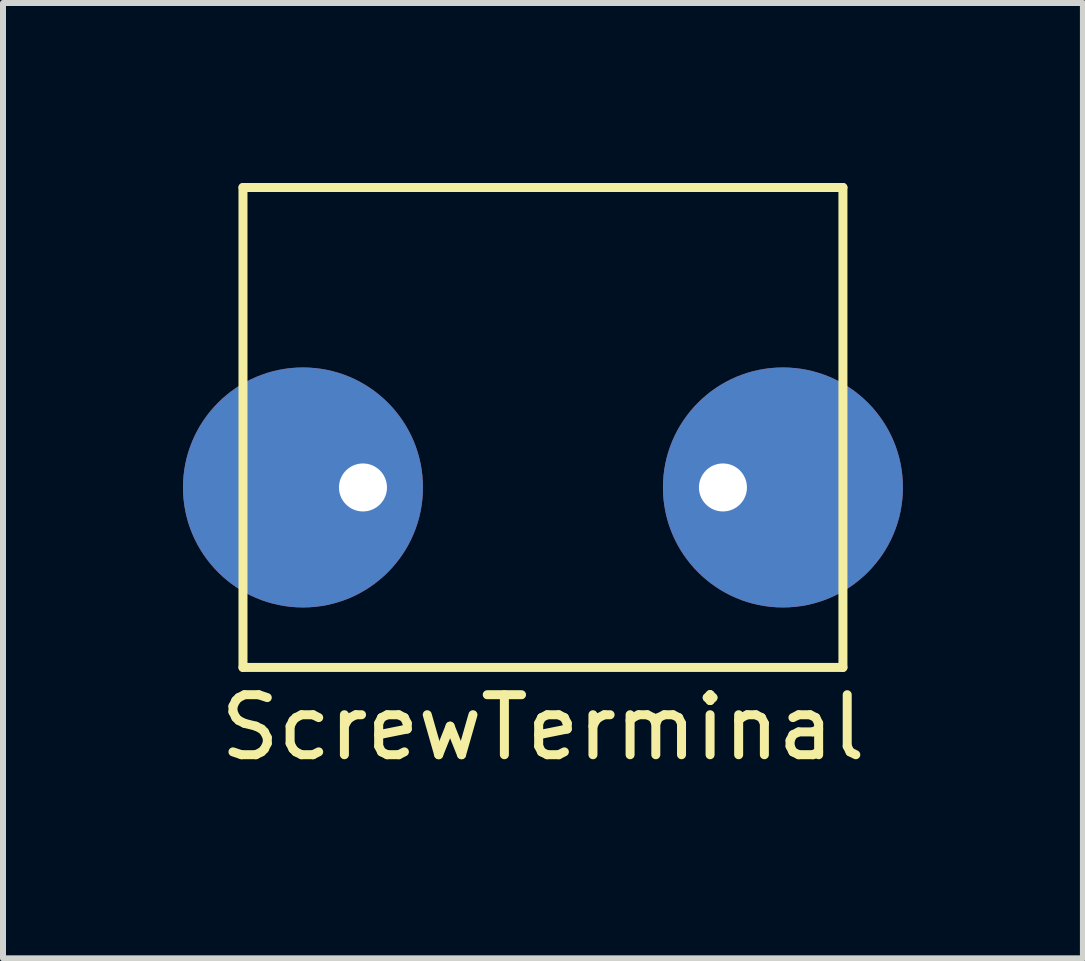
<source format=kicad_pcb>
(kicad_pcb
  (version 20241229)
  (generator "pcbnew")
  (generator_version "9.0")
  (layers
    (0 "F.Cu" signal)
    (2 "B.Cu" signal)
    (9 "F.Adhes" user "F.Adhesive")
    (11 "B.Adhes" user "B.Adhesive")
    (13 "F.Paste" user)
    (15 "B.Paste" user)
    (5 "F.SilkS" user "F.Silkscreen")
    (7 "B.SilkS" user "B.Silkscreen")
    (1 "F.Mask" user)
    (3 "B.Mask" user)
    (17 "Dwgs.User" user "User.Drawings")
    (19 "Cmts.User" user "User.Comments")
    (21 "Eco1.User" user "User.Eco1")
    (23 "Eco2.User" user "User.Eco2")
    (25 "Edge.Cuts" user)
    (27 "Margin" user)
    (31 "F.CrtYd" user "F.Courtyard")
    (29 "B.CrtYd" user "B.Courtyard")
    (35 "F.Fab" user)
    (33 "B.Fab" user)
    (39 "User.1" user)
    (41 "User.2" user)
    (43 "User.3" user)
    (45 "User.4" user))
  (footprint "ScrewTerminal"
    (layer "F.Cu")
    (at 6 4.075)
    (property "Reference" "ScrewTerminal" (at 0 5 0) (layer "F.SilkS") (effects (font (size 1 1) (thickness 0.15))))
    (attr through_hole)
    (fp_line (start -5 -4) (end -5 4) (stroke (width 0.15) (type solid)) (layer "F.SilkS"))
    (fp_line (start -5 4) (end 5 4) (stroke (width 0.15) (type solid)) (layer "F.SilkS"))
    (fp_line (start 5 -4) (end -5 -4) (stroke (width 0.15) (type solid)) (layer "F.SilkS"))
    (fp_line (start 5 4) (end 5 -4) (stroke (width 0.15) (type solid)) (layer "F.SilkS"))
    (pad "1" thru_hole oval (at -3 1) (size 4 4) (drill 0.8 (offset -1 0)) (layers "*.Cu" "*.Mask"))
    (pad "2" thru_hole oval (at 3 1 180) (size 4 4) (drill 0.8 (offset -1 0)) (layers "*.Cu" "*.Mask")))
  (gr_rect
    (start -3 -3)
    (end 15 12.923)
    (stroke (width 0.1) (type default))
    (fill no)
    (layer "Edge.Cuts")))
</source>
